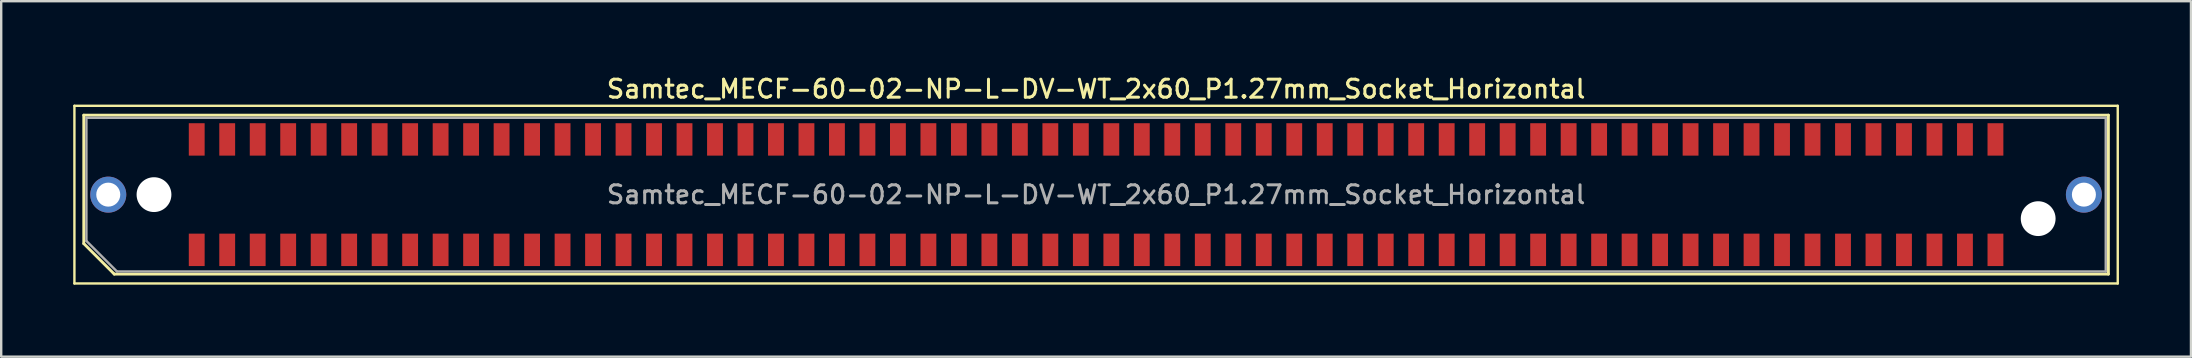
<source format=kicad_pcb>
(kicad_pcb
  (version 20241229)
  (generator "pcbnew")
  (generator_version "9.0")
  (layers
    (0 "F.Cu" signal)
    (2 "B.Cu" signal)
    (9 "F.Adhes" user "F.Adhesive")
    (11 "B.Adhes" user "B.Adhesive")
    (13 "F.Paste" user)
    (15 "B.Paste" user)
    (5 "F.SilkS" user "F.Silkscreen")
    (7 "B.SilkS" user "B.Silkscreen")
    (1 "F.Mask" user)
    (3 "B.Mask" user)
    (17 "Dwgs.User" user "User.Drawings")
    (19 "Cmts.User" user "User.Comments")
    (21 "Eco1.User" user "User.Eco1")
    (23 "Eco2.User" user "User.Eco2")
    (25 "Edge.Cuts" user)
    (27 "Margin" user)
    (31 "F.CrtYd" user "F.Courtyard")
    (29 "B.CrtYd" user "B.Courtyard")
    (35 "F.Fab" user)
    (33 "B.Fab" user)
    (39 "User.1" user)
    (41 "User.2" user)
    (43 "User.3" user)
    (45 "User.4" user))
  (footprint "Samtec_MECF-60-02-NP-L-DV-WT_2x60_P1.27mm_Socket_Horizontal"
    (layer "F.Cu")
    (at 42.61 5.058)
    (property "Reference" "Samtec_MECF-60-02-NP-L-DV-WT_2x60_P1.27mm_Socket_Horizontal" (at 0 -4.4 0) (layer "F.SilkS") (effects (font (size 0.75 0.75) (thickness 0.125))))
    (attr smd)
    (fp_line (start -42.56 -3.7) (end -42.56 3.7) (stroke (width 0.1) (type solid)) (layer "F.SilkS"))
    (fp_line (start -42.56 3.7) (end 42.56 3.7) (stroke (width 0.1) (type solid)) (layer "F.SilkS"))
    (fp_line (start -42.17 -3.31) (end 42.17 -3.31) (stroke (width 0.12) (type solid)) (layer "F.SilkS"))
    (fp_line (start -42.17 2.04) (end -42.17 -3.31) (stroke (width 0.12) (type solid)) (layer "F.SilkS"))
    (fp_line (start -40.9 3.31) (end -42.17 2.04) (stroke (width 0.12) (type solid)) (layer "F.SilkS"))
    (fp_line (start -40.9 3.31) (end 42.17 3.31) (stroke (width 0.12) (type solid)) (layer "F.SilkS"))
    (fp_line (start 42.17 3.31) (end 42.17 -3.31) (stroke (width 0.12) (type solid)) (layer "F.SilkS"))
    (fp_line (start 42.56 -3.7) (end -42.56 -3.7) (stroke (width 0.1) (type solid)) (layer "F.SilkS"))
    (fp_line (start 42.56 3.7) (end 42.56 -3.7) (stroke (width 0.1) (type solid)) (layer "F.SilkS"))
    (fp_line (start -42.06 -3.2) (end 42.06 -3.2) (stroke (width 0.1) (type solid)) (layer "F.Fab"))
    (fp_line (start -42.06 1.93) (end -42.06 -3.2) (stroke (width 0.1) (type solid)) (layer "F.Fab"))
    (fp_line (start -42.06 1.93) (end -40.79 3.2) (stroke (width 0.1) (type solid)) (layer "F.Fab"))
    (fp_line (start -40.79 3.2) (end 42.06 3.2) (stroke (width 0.1) (type solid)) (layer "F.Fab"))
    (fp_line (start 42.06 3.2) (end 42.06 -3.2) (stroke (width 0.1) (type solid)) (layer "F.Fab"))
    (fp_text user "${REFERENCE}" (at 0 0 0) (layer "F.Fab") (effects (font (size 0.75 0.75) (thickness 0.125))))
    (pad "" thru_hole circle (at -41.15 0) (size 1.5 1.5) (drill 1) (layers "*.Cu" "*.Mask"))
    (pad "" np_thru_hole circle (at -39.245 0) (size 1.45 1.45) (drill 1.45) (layers "*.Cu" "*.Mask"))
    (pad "" np_thru_hole circle (at 39.245 1) (size 1.45 1.45) (drill 1.45) (layers "*.Cu" "*.Mask"))
    (pad "" thru_hole circle (at 41.15 0) (size 1.5 1.5) (drill 1) (layers "*.Cu" "*.Mask"))
    (pad "1" smd rect (at -37.465 2.3) (size 0.66 1.35) (layers "F.Cu" "F.Mask" "F.Paste"))
    (pad "2" smd rect (at -37.465 -2.3) (size 0.66 1.35) (layers "F.Cu" "F.Mask" "F.Paste"))
    (pad "3" smd rect (at -36.195 2.3) (size 0.66 1.35) (layers "F.Cu" "F.Mask" "F.Paste"))
    (pad "4" smd rect (at -36.195 -2.3) (size 0.66 1.35) (layers "F.Cu" "F.Mask" "F.Paste"))
    (pad "5" smd rect (at -34.925 2.3) (size 0.66 1.35) (layers "F.Cu" "F.Mask" "F.Paste"))
    (pad "6" smd rect (at -34.925 -2.3) (size 0.66 1.35) (layers "F.Cu" "F.Mask" "F.Paste"))
    (pad "7" smd rect (at -33.655 2.3) (size 0.66 1.35) (layers "F.Cu" "F.Mask" "F.Paste"))
    (pad "8" smd rect (at -33.655 -2.3) (size 0.66 1.35) (layers "F.Cu" "F.Mask" "F.Paste"))
    (pad "9" smd rect (at -32.385 2.3) (size 0.66 1.35) (layers "F.Cu" "F.Mask" "F.Paste"))
    (pad "10" smd rect (at -32.385 -2.3) (size 0.66 1.35) (layers "F.Cu" "F.Mask" "F.Paste"))
    (pad "11" smd rect (at -31.115 2.3) (size 0.66 1.35) (layers "F.Cu" "F.Mask" "F.Paste"))
    (pad "12" smd rect (at -31.115 -2.3) (size 0.66 1.35) (layers "F.Cu" "F.Mask" "F.Paste"))
    (pad "13" smd rect (at -29.845 2.3) (size 0.66 1.35) (layers "F.Cu" "F.Mask" "F.Paste"))
    (pad "14" smd rect (at -29.845 -2.3) (size 0.66 1.35) (layers "F.Cu" "F.Mask" "F.Paste"))
    (pad "15" smd rect (at -28.575 2.3) (size 0.66 1.35) (layers "F.Cu" "F.Mask" "F.Paste"))
    (pad "16" smd rect (at -28.575 -2.3) (size 0.66 1.35) (layers "F.Cu" "F.Mask" "F.Paste"))
    (pad "17" smd rect (at -27.305 2.3) (size 0.66 1.35) (layers "F.Cu" "F.Mask" "F.Paste"))
    (pad "18" smd rect (at -27.305 -2.3) (size 0.66 1.35) (layers "F.Cu" "F.Mask" "F.Paste"))
    (pad "19" smd rect (at -26.035 2.3) (size 0.66 1.35) (layers "F.Cu" "F.Mask" "F.Paste"))
    (pad "20" smd rect (at -26.035 -2.3) (size 0.66 1.35) (layers "F.Cu" "F.Mask" "F.Paste"))
    (pad "21" smd rect (at -24.765 2.3) (size 0.66 1.35) (layers "F.Cu" "F.Mask" "F.Paste"))
    (pad "22" smd rect (at -24.765 -2.3) (size 0.66 1.35) (layers "F.Cu" "F.Mask" "F.Paste"))
    (pad "23" smd rect (at -23.495 2.3) (size 0.66 1.35) (layers "F.Cu" "F.Mask" "F.Paste"))
    (pad "24" smd rect (at -23.495 -2.3) (size 0.66 1.35) (layers "F.Cu" "F.Mask" "F.Paste"))
    (pad "25" smd rect (at -22.225 2.3) (size 0.66 1.35) (layers "F.Cu" "F.Mask" "F.Paste"))
    (pad "26" smd rect (at -22.225 -2.3) (size 0.66 1.35) (layers "F.Cu" "F.Mask" "F.Paste"))
    (pad "27" smd rect (at -20.955 2.3) (size 0.66 1.35) (layers "F.Cu" "F.Mask" "F.Paste"))
    (pad "28" smd rect (at -20.955 -2.3) (size 0.66 1.35) (layers "F.Cu" "F.Mask" "F.Paste"))
    (pad "29" smd rect (at -19.685 2.3) (size 0.66 1.35) (layers "F.Cu" "F.Mask" "F.Paste"))
    (pad "30" smd rect (at -19.685 -2.3) (size 0.66 1.35) (layers "F.Cu" "F.Mask" "F.Paste"))
    (pad "31" smd rect (at -18.415 2.3) (size 0.66 1.35) (layers "F.Cu" "F.Mask" "F.Paste"))
    (pad "32" smd rect (at -18.415 -2.3) (size 0.66 1.35) (layers "F.Cu" "F.Mask" "F.Paste"))
    (pad "33" smd rect (at -17.145 2.3) (size 0.66 1.35) (layers "F.Cu" "F.Mask" "F.Paste"))
    (pad "34" smd rect (at -17.145 -2.3) (size 0.66 1.35) (layers "F.Cu" "F.Mask" "F.Paste"))
    (pad "35" smd rect (at -15.875 2.3) (size 0.66 1.35) (layers "F.Cu" "F.Mask" "F.Paste"))
    (pad "36" smd rect (at -15.875 -2.3) (size 0.66 1.35) (layers "F.Cu" "F.Mask" "F.Paste"))
    (pad "37" smd rect (at -14.605 2.3) (size 0.66 1.35) (layers "F.Cu" "F.Mask" "F.Paste"))
    (pad "38" smd rect (at -14.605 -2.3) (size 0.66 1.35) (layers "F.Cu" "F.Mask" "F.Paste"))
    (pad "39" smd rect (at -13.335 2.3) (size 0.66 1.35) (layers "F.Cu" "F.Mask" "F.Paste"))
    (pad "40" smd rect (at -13.335 -2.3) (size 0.66 1.35) (layers "F.Cu" "F.Mask" "F.Paste"))
    (pad "41" smd rect (at -12.065 2.3) (size 0.66 1.35) (layers "F.Cu" "F.Mask" "F.Paste"))
    (pad "42" smd rect (at -12.065 -2.3) (size 0.66 1.35) (layers "F.Cu" "F.Mask" "F.Paste"))
    (pad "43" smd rect (at -10.795 2.3) (size 0.66 1.35) (layers "F.Cu" "F.Mask" "F.Paste"))
    (pad "44" smd rect (at -10.795 -2.3) (size 0.66 1.35) (layers "F.Cu" "F.Mask" "F.Paste"))
    (pad "45" smd rect (at -9.525 2.3) (size 0.66 1.35) (layers "F.Cu" "F.Mask" "F.Paste"))
    (pad "46" smd rect (at -9.525 -2.3) (size 0.66 1.35) (layers "F.Cu" "F.Mask" "F.Paste"))
    (pad "47" smd rect (at -8.255 2.3) (size 0.66 1.35) (layers "F.Cu" "F.Mask" "F.Paste"))
    (pad "48" smd rect (at -8.255 -2.3) (size 0.66 1.35) (layers "F.Cu" "F.Mask" "F.Paste"))
    (pad "49" smd rect (at -6.985 2.3) (size 0.66 1.35) (layers "F.Cu" "F.Mask" "F.Paste"))
    (pad "50" smd rect (at -6.985 -2.3) (size 0.66 1.35) (layers "F.Cu" "F.Mask" "F.Paste"))
    (pad "51" smd rect (at -5.715 2.3) (size 0.66 1.35) (layers "F.Cu" "F.Mask" "F.Paste"))
    (pad "52" smd rect (at -5.715 -2.3) (size 0.66 1.35) (layers "F.Cu" "F.Mask" "F.Paste"))
    (pad "53" smd rect (at -4.445 2.3) (size 0.66 1.35) (layers "F.Cu" "F.Mask" "F.Paste"))
    (pad "54" smd rect (at -4.445 -2.3) (size 0.66 1.35) (layers "F.Cu" "F.Mask" "F.Paste"))
    (pad "55" smd rect (at -3.175 2.3) (size 0.66 1.35) (layers "F.Cu" "F.Mask" "F.Paste"))
    (pad "56" smd rect (at -3.175 -2.3) (size 0.66 1.35) (layers "F.Cu" "F.Mask" "F.Paste"))
    (pad "57" smd rect (at -1.905 2.3) (size 0.66 1.35) (layers "F.Cu" "F.Mask" "F.Paste"))
    (pad "58" smd rect (at -1.905 -2.3) (size 0.66 1.35) (layers "F.Cu" "F.Mask" "F.Paste"))
    (pad "59" smd rect (at -0.635 2.3) (size 0.66 1.35) (layers "F.Cu" "F.Mask" "F.Paste"))
    (pad "60" smd rect (at -0.635 -2.3) (size 0.66 1.35) (layers "F.Cu" "F.Mask" "F.Paste"))
    (pad "61" smd rect (at 0.635 2.3) (size 0.66 1.35) (layers "F.Cu" "F.Mask" "F.Paste"))
    (pad "62" smd rect (at 0.635 -2.3) (size 0.66 1.35) (layers "F.Cu" "F.Mask" "F.Paste"))
    (pad "63" smd rect (at 1.905 2.3) (size 0.66 1.35) (layers "F.Cu" "F.Mask" "F.Paste"))
    (pad "64" smd rect (at 1.905 -2.3) (size 0.66 1.35) (layers "F.Cu" "F.Mask" "F.Paste"))
    (pad "65" smd rect (at 3.175 2.3) (size 0.66 1.35) (layers "F.Cu" "F.Mask" "F.Paste"))
    (pad "66" smd rect (at 3.175 -2.3) (size 0.66 1.35) (layers "F.Cu" "F.Mask" "F.Paste"))
    (pad "67" smd rect (at 4.445 2.3) (size 0.66 1.35) (layers "F.Cu" "F.Mask" "F.Paste"))
    (pad "68" smd rect (at 4.445 -2.3) (size 0.66 1.35) (layers "F.Cu" "F.Mask" "F.Paste"))
    (pad "69" smd rect (at 5.715 2.3) (size 0.66 1.35) (layers "F.Cu" "F.Mask" "F.Paste"))
    (pad "70" smd rect (at 5.715 -2.3) (size 0.66 1.35) (layers "F.Cu" "F.Mask" "F.Paste"))
    (pad "71" smd rect (at 6.985 2.3) (size 0.66 1.35) (layers "F.Cu" "F.Mask" "F.Paste"))
    (pad "72" smd rect (at 6.985 -2.3) (size 0.66 1.35) (layers "F.Cu" "F.Mask" "F.Paste"))
    (pad "73" smd rect (at 8.255 2.3) (size 0.66 1.35) (layers "F.Cu" "F.Mask" "F.Paste"))
    (pad "74" smd rect (at 8.255 -2.3) (size 0.66 1.35) (layers "F.Cu" "F.Mask" "F.Paste"))
    (pad "75" smd rect (at 9.525 2.3) (size 0.66 1.35) (layers "F.Cu" "F.Mask" "F.Paste"))
    (pad "76" smd rect (at 9.525 -2.3) (size 0.66 1.35) (layers "F.Cu" "F.Mask" "F.Paste"))
    (pad "77" smd rect (at 10.795 2.3) (size 0.66 1.35) (layers "F.Cu" "F.Mask" "F.Paste"))
    (pad "78" smd rect (at 10.795 -2.3) (size 0.66 1.35) (layers "F.Cu" "F.Mask" "F.Paste"))
    (pad "79" smd rect (at 12.065 2.3) (size 0.66 1.35) (layers "F.Cu" "F.Mask" "F.Paste"))
    (pad "80" smd rect (at 12.065 -2.3) (size 0.66 1.35) (layers "F.Cu" "F.Mask" "F.Paste"))
    (pad "81" smd rect (at 13.335 2.3) (size 0.66 1.35) (layers "F.Cu" "F.Mask" "F.Paste"))
    (pad "82" smd rect (at 13.335 -2.3) (size 0.66 1.35) (layers "F.Cu" "F.Mask" "F.Paste"))
    (pad "83" smd rect (at 14.605 2.3) (size 0.66 1.35) (layers "F.Cu" "F.Mask" "F.Paste"))
    (pad "84" smd rect (at 14.605 -2.3) (size 0.66 1.35) (layers "F.Cu" "F.Mask" "F.Paste"))
    (pad "85" smd rect (at 15.875 2.3) (size 0.66 1.35) (layers "F.Cu" "F.Mask" "F.Paste"))
    (pad "86" smd rect (at 15.875 -2.3) (size 0.66 1.35) (layers "F.Cu" "F.Mask" "F.Paste"))
    (pad "87" smd rect (at 17.145 2.3) (size 0.66 1.35) (layers "F.Cu" "F.Mask" "F.Paste"))
    (pad "88" smd rect (at 17.145 -2.3) (size 0.66 1.35) (layers "F.Cu" "F.Mask" "F.Paste"))
    (pad "89" smd rect (at 18.415 2.3) (size 0.66 1.35) (layers "F.Cu" "F.Mask" "F.Paste"))
    (pad "90" smd rect (at 18.415 -2.3) (size 0.66 1.35) (layers "F.Cu" "F.Mask" "F.Paste"))
    (pad "91" smd rect (at 19.685 2.3) (size 0.66 1.35) (layers "F.Cu" "F.Mask" "F.Paste"))
    (pad "92" smd rect (at 19.685 -2.3) (size 0.66 1.35) (layers "F.Cu" "F.Mask" "F.Paste"))
    (pad "93" smd rect (at 20.955 2.3) (size 0.66 1.35) (layers "F.Cu" "F.Mask" "F.Paste"))
    (pad "94" smd rect (at 20.955 -2.3) (size 0.66 1.35) (layers "F.Cu" "F.Mask" "F.Paste"))
    (pad "95" smd rect (at 22.225 2.3) (size 0.66 1.35) (layers "F.Cu" "F.Mask" "F.Paste"))
    (pad "96" smd rect (at 22.225 -2.3) (size 0.66 1.35) (layers "F.Cu" "F.Mask" "F.Paste"))
    (pad "97" smd rect (at 23.495 2.3) (size 0.66 1.35) (layers "F.Cu" "F.Mask" "F.Paste"))
    (pad "98" smd rect (at 23.495 -2.3) (size 0.66 1.35) (layers "F.Cu" "F.Mask" "F.Paste"))
    (pad "99" smd rect (at 24.765 2.3) (size 0.66 1.35) (layers "F.Cu" "F.Mask" "F.Paste"))
    (pad "100" smd rect (at 24.765 -2.3) (size 0.66 1.35) (layers "F.Cu" "F.Mask" "F.Paste"))
    (pad "101" smd rect (at 26.035 2.3) (size 0.66 1.35) (layers "F.Cu" "F.Mask" "F.Paste"))
    (pad "102" smd rect (at 26.035 -2.3) (size 0.66 1.35) (layers "F.Cu" "F.Mask" "F.Paste"))
    (pad "103" smd rect (at 27.305 2.3) (size 0.66 1.35) (layers "F.Cu" "F.Mask" "F.Paste"))
    (pad "104" smd rect (at 27.305 -2.3) (size 0.66 1.35) (layers "F.Cu" "F.Mask" "F.Paste"))
    (pad "105" smd rect (at 28.575 2.3) (size 0.66 1.35) (layers "F.Cu" "F.Mask" "F.Paste"))
    (pad "106" smd rect (at 28.575 -2.3) (size 0.66 1.35) (layers "F.Cu" "F.Mask" "F.Paste"))
    (pad "107" smd rect (at 29.845 2.3) (size 0.66 1.35) (layers "F.Cu" "F.Mask" "F.Paste"))
    (pad "108" smd rect (at 29.845 -2.3) (size 0.66 1.35) (layers "F.Cu" "F.Mask" "F.Paste"))
    (pad "109" smd rect (at 31.115 2.3) (size 0.66 1.35) (layers "F.Cu" "F.Mask" "F.Paste"))
    (pad "110" smd rect (at 31.115 -2.3) (size 0.66 1.35) (layers "F.Cu" "F.Mask" "F.Paste"))
    (pad "111" smd rect (at 32.385 2.3) (size 0.66 1.35) (layers "F.Cu" "F.Mask" "F.Paste"))
    (pad "112" smd rect (at 32.385 -2.3) (size 0.66 1.35) (layers "F.Cu" "F.Mask" "F.Paste"))
    (pad "113" smd rect (at 33.655 2.3) (size 0.66 1.35) (layers "F.Cu" "F.Mask" "F.Paste"))
    (pad "114" smd rect (at 33.655 -2.3) (size 0.66 1.35) (layers "F.Cu" "F.Mask" "F.Paste"))
    (pad "115" smd rect (at 34.925 2.3) (size 0.66 1.35) (layers "F.Cu" "F.Mask" "F.Paste"))
    (pad "116" smd rect (at 34.925 -2.3) (size 0.66 1.35) (layers "F.Cu" "F.Mask" "F.Paste"))
    (pad "117" smd rect (at 36.195 2.3) (size 0.66 1.35) (layers "F.Cu" "F.Mask" "F.Paste"))
    (pad "118" smd rect (at 36.195 -2.3) (size 0.66 1.35) (layers "F.Cu" "F.Mask" "F.Paste"))
    (pad "119" smd rect (at 37.465 2.3) (size 0.66 1.35) (layers "F.Cu" "F.Mask" "F.Paste"))
    (pad "120" smd rect (at 37.465 -2.3) (size 0.66 1.35) (layers "F.Cu" "F.Mask" "F.Paste")))
  (gr_rect
    (start -3 -3)
    (end 88.22 11.808)
    (stroke (width 0.1) (type default))
    (fill no)
    (layer "Edge.Cuts")))
</source>
